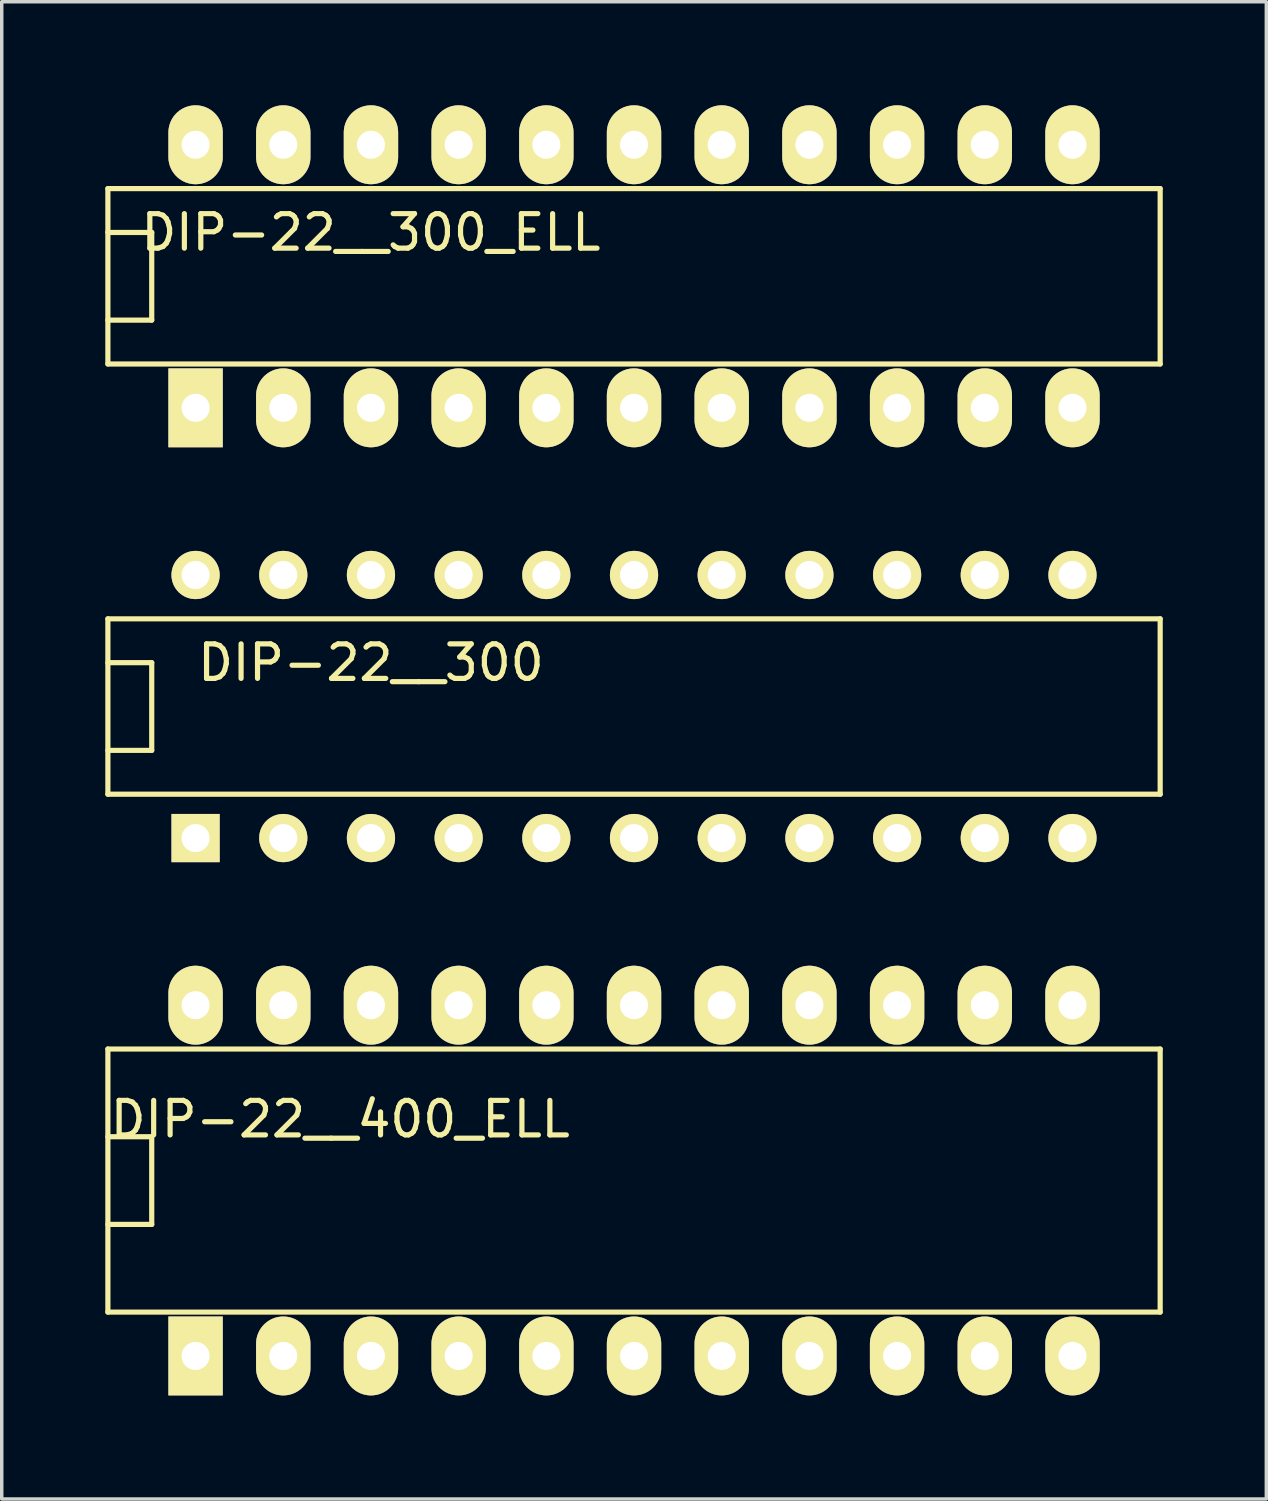
<source format=kicad_pcb>
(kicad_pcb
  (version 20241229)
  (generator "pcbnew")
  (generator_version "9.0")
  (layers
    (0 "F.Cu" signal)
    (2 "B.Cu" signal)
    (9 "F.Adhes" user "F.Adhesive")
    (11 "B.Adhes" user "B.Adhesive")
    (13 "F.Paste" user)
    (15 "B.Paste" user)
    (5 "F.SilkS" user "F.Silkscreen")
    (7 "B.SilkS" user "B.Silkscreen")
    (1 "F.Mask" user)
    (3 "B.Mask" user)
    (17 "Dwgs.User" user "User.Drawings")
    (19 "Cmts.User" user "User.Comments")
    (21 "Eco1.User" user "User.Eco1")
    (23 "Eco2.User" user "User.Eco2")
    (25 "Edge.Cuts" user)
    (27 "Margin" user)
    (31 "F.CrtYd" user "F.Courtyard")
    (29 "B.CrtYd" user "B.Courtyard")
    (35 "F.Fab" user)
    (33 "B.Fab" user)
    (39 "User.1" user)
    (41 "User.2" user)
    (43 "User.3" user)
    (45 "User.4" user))
  (footprint "DIP-22__300"
    (layer "F.Cu")
    (at 15.315 17.415)
    (property "Reference" "DIP-22__300" (at -7.62 -1.27 0) (layer "F.SilkS") (effects (font (size 1 1) (thickness 0.15))))
    (attr through_hole)
    (fp_line (start -15.24 -2.54) (end 15.24 -2.54) (stroke (width 0.15) (type solid)) (layer "F.SilkS"))
    (fp_line (start -15.24 -1.27) (end -13.97 -1.27) (stroke (width 0.15) (type solid)) (layer "F.SilkS"))
    (fp_line (start -15.24 2.54) (end -15.24 -2.54) (stroke (width 0.15) (type solid)) (layer "F.SilkS"))
    (fp_line (start -13.97 -1.27) (end -13.97 1.27) (stroke (width 0.15) (type solid)) (layer "F.SilkS"))
    (fp_line (start -13.97 1.27) (end -15.24 1.27) (stroke (width 0.15) (type solid)) (layer "F.SilkS"))
    (fp_line (start 15.24 -2.54) (end 15.24 2.54) (stroke (width 0.15) (type solid)) (layer "F.SilkS"))
    (fp_line (start 15.24 2.54) (end -15.24 2.54) (stroke (width 0.15) (type solid)) (layer "F.SilkS"))
    (pad "1" thru_hole rect (at -12.7 3.81) (size 1.397 1.397) (drill 0.813) (layers "*.Cu" "*.Mask" "F.SilkS"))
    (pad "2" thru_hole circle (at -10.16 3.81) (size 1.397 1.397) (drill 0.813) (layers "*.Cu" "*.Mask" "F.SilkS"))
    (pad "3" thru_hole circle (at -7.62 3.81) (size 1.397 1.397) (drill 0.813) (layers "*.Cu" "*.Mask" "F.SilkS"))
    (pad "4" thru_hole circle (at -5.08 3.81) (size 1.397 1.397) (drill 0.813) (layers "*.Cu" "*.Mask" "F.SilkS"))
    (pad "5" thru_hole circle (at -2.54 3.81) (size 1.397 1.397) (drill 0.813) (layers "*.Cu" "*.Mask" "F.SilkS"))
    (pad "6" thru_hole circle (at 0 3.81) (size 1.397 1.397) (drill 0.813) (layers "*.Cu" "*.Mask" "F.SilkS"))
    (pad "7" thru_hole circle (at 2.54 3.81) (size 1.397 1.397) (drill 0.813) (layers "*.Cu" "*.Mask" "F.SilkS"))
    (pad "8" thru_hole circle (at 5.08 3.81) (size 1.397 1.397) (drill 0.813) (layers "*.Cu" "*.Mask" "F.SilkS"))
    (pad "9" thru_hole circle (at 7.62 3.81) (size 1.397 1.397) (drill 0.813) (layers "*.Cu" "*.Mask" "F.SilkS"))
    (pad "10" thru_hole circle (at 10.16 3.81) (size 1.397 1.397) (drill 0.813) (layers "*.Cu" "*.Mask" "F.SilkS"))
    (pad "11" thru_hole circle (at 12.7 3.81) (size 1.397 1.397) (drill 0.813) (layers "*.Cu" "*.Mask" "F.SilkS"))
    (pad "12" thru_hole circle (at 12.7 -3.81) (size 1.397 1.397) (drill 0.813) (layers "*.Cu" "*.Mask" "F.SilkS"))
    (pad "13" thru_hole circle (at 10.16 -3.81) (size 1.397 1.397) (drill 0.813) (layers "*.Cu" "*.Mask" "F.SilkS"))
    (pad "14" thru_hole circle (at 7.62 -3.81) (size 1.397 1.397) (drill 0.813) (layers "*.Cu" "*.Mask" "F.SilkS"))
    (pad "15" thru_hole circle (at 5.08 -3.81) (size 1.397 1.397) (drill 0.813) (layers "*.Cu" "*.Mask" "F.SilkS"))
    (pad "16" thru_hole circle (at 2.54 -3.81) (size 1.397 1.397) (drill 0.813) (layers "*.Cu" "*.Mask" "F.SilkS"))
    (pad "17" thru_hole circle (at 0 -3.81) (size 1.397 1.397) (drill 0.813) (layers "*.Cu" "*.Mask" "F.SilkS"))
    (pad "18" thru_hole circle (at -2.54 -3.81) (size 1.397 1.397) (drill 0.813) (layers "*.Cu" "*.Mask" "F.SilkS"))
    (pad "19" thru_hole circle (at -5.08 -3.81) (size 1.397 1.397) (drill 0.813) (layers "*.Cu" "*.Mask" "F.SilkS"))
    (pad "20" thru_hole circle (at -7.62 -3.81) (size 1.397 1.397) (drill 0.813) (layers "*.Cu" "*.Mask" "F.SilkS"))
    (pad "21" thru_hole circle (at -10.16 -3.81) (size 1.397 1.397) (drill 0.813) (layers "*.Cu" "*.Mask" "F.SilkS"))
    (pad "22" thru_hole circle (at -12.7 -3.81) (size 1.397 1.397) (drill 0.813) (layers "*.Cu" "*.Mask" "F.SilkS")))
  (footprint "DIP-22__400_ELL"
    (layer "F.Cu")
    (at 15.315 31.146)
    (property "Reference" "DIP-22__400_ELL" (at -8.509 -1.778 0) (layer "F.SilkS") (effects (font (size 1 1) (thickness 0.15))))
    (attr through_hole)
    (fp_line (start -15.24 -3.81) (end 15.24 -3.81) (stroke (width 0.15) (type solid)) (layer "F.SilkS"))
    (fp_line (start -15.24 -1.27) (end -13.97 -1.27) (stroke (width 0.15) (type solid)) (layer "F.SilkS"))
    (fp_line (start -15.24 3.81) (end -15.24 -3.81) (stroke (width 0.15) (type solid)) (layer "F.SilkS"))
    (fp_line (start -13.97 -1.27) (end -13.97 1.27) (stroke (width 0.15) (type solid)) (layer "F.SilkS"))
    (fp_line (start -13.97 1.27) (end -15.24 1.27) (stroke (width 0.15) (type solid)) (layer "F.SilkS"))
    (fp_line (start 15.24 -3.81) (end 15.24 3.81) (stroke (width 0.15) (type solid)) (layer "F.SilkS"))
    (fp_line (start 15.24 3.81) (end -15.24 3.81) (stroke (width 0.15) (type solid)) (layer "F.SilkS"))
    (pad "1" thru_hole rect (at -12.7 5.08) (size 1.575 2.286) (drill 0.813) (layers "*.Cu" "*.Mask" "F.SilkS"))
    (pad "2" thru_hole oval (at -10.16 5.08) (size 1.575 2.286) (drill 0.813) (layers "*.Cu" "*.Mask" "F.SilkS"))
    (pad "3" thru_hole oval (at -7.62 5.08) (size 1.575 2.286) (drill 0.813) (layers "*.Cu" "*.Mask" "F.SilkS"))
    (pad "4" thru_hole oval (at -5.08 5.08) (size 1.575 2.286) (drill 0.813) (layers "*.Cu" "*.Mask" "F.SilkS"))
    (pad "5" thru_hole oval (at -2.54 5.08) (size 1.575 2.286) (drill 0.813) (layers "*.Cu" "*.Mask" "F.SilkS"))
    (pad "6" thru_hole oval (at 0 5.08) (size 1.575 2.286) (drill 0.813) (layers "*.Cu" "*.Mask" "F.SilkS"))
    (pad "7" thru_hole oval (at 2.54 5.08) (size 1.575 2.286) (drill 0.813) (layers "*.Cu" "*.Mask" "F.SilkS"))
    (pad "8" thru_hole oval (at 5.08 5.08) (size 1.575 2.286) (drill 0.813) (layers "*.Cu" "*.Mask" "F.SilkS"))
    (pad "9" thru_hole oval (at 7.62 5.08) (size 1.575 2.286) (drill 0.813) (layers "*.Cu" "*.Mask" "F.SilkS"))
    (pad "10" thru_hole oval (at 10.16 5.08) (size 1.575 2.286) (drill 0.813) (layers "*.Cu" "*.Mask" "F.SilkS"))
    (pad "11" thru_hole oval (at 12.7 5.08) (size 1.575 2.286) (drill 0.813) (layers "*.Cu" "*.Mask" "F.SilkS"))
    (pad "12" thru_hole oval (at 12.7 -5.08) (size 1.575 2.286) (drill 0.813) (layers "*.Cu" "*.Mask" "F.SilkS"))
    (pad "13" thru_hole oval (at 10.16 -5.08) (size 1.575 2.286) (drill 0.813) (layers "*.Cu" "*.Mask" "F.SilkS"))
    (pad "14" thru_hole oval (at 7.62 -5.08) (size 1.575 2.286) (drill 0.813) (layers "*.Cu" "*.Mask" "F.SilkS"))
    (pad "15" thru_hole oval (at 5.08 -5.08) (size 1.575 2.286) (drill 0.813) (layers "*.Cu" "*.Mask" "F.SilkS"))
    (pad "16" thru_hole oval (at 2.54 -5.08) (size 1.575 2.286) (drill 0.813) (layers "*.Cu" "*.Mask" "F.SilkS"))
    (pad "17" thru_hole oval (at 0 -5.08) (size 1.575 2.286) (drill 0.813) (layers "*.Cu" "*.Mask" "F.SilkS"))
    (pad "18" thru_hole oval (at -2.54 -5.08) (size 1.575 2.286) (drill 0.813) (layers "*.Cu" "*.Mask" "F.SilkS"))
    (pad "19" thru_hole oval (at -5.08 -5.08) (size 1.575 2.286) (drill 0.813) (layers "*.Cu" "*.Mask" "F.SilkS"))
    (pad "20" thru_hole oval (at -7.62 -5.08) (size 1.575 2.286) (drill 0.813) (layers "*.Cu" "*.Mask" "F.SilkS"))
    (pad "21" thru_hole oval (at -10.16 -5.08) (size 1.575 2.286) (drill 0.813) (layers "*.Cu" "*.Mask" "F.SilkS"))
    (pad "22" thru_hole oval (at -12.7 -5.08) (size 1.575 2.286) (drill 0.813) (layers "*.Cu" "*.Mask" "F.SilkS")))
  (footprint "DIP-22__300_ELL"
    (layer "F.Cu")
    (at 15.315 4.953)
    (property "Reference" "DIP-22__300_ELL" (at -7.62 -1.27 0) (layer "F.SilkS") (effects (font (size 1 1) (thickness 0.15))))
    (attr through_hole)
    (fp_line (start -15.24 -2.54) (end 15.24 -2.54) (stroke (width 0.15) (type solid)) (layer "F.SilkS"))
    (fp_line (start -15.24 -1.27) (end -13.97 -1.27) (stroke (width 0.15) (type solid)) (layer "F.SilkS"))
    (fp_line (start -15.24 2.54) (end -15.24 -2.54) (stroke (width 0.15) (type solid)) (layer "F.SilkS"))
    (fp_line (start -13.97 -1.27) (end -13.97 1.27) (stroke (width 0.15) (type solid)) (layer "F.SilkS"))
    (fp_line (start -13.97 1.27) (end -15.24 1.27) (stroke (width 0.15) (type solid)) (layer "F.SilkS"))
    (fp_line (start 15.24 -2.54) (end 15.24 2.54) (stroke (width 0.15) (type solid)) (layer "F.SilkS"))
    (fp_line (start 15.24 2.54) (end -15.24 2.54) (stroke (width 0.15) (type solid)) (layer "F.SilkS"))
    (pad "1" thru_hole rect (at -12.7 3.81) (size 1.575 2.286) (drill 0.813) (layers "*.Cu" "*.Mask" "F.SilkS"))
    (pad "2" thru_hole oval (at -10.16 3.81) (size 1.575 2.286) (drill 0.813) (layers "*.Cu" "*.Mask" "F.SilkS"))
    (pad "3" thru_hole oval (at -7.62 3.81) (size 1.575 2.286) (drill 0.813) (layers "*.Cu" "*.Mask" "F.SilkS"))
    (pad "4" thru_hole oval (at -5.08 3.81) (size 1.575 2.286) (drill 0.813) (layers "*.Cu" "*.Mask" "F.SilkS"))
    (pad "5" thru_hole oval (at -2.54 3.81) (size 1.575 2.286) (drill 0.813) (layers "*.Cu" "*.Mask" "F.SilkS"))
    (pad "6" thru_hole oval (at 0 3.81) (size 1.575 2.286) (drill 0.813) (layers "*.Cu" "*.Mask" "F.SilkS"))
    (pad "7" thru_hole oval (at 2.54 3.81) (size 1.575 2.286) (drill 0.813) (layers "*.Cu" "*.Mask" "F.SilkS"))
    (pad "8" thru_hole oval (at 5.08 3.81) (size 1.575 2.286) (drill 0.813) (layers "*.Cu" "*.Mask" "F.SilkS"))
    (pad "9" thru_hole oval (at 7.62 3.81) (size 1.575 2.286) (drill 0.813) (layers "*.Cu" "*.Mask" "F.SilkS"))
    (pad "10" thru_hole oval (at 10.16 3.81) (size 1.575 2.286) (drill 0.813) (layers "*.Cu" "*.Mask" "F.SilkS"))
    (pad "11" thru_hole oval (at 12.7 3.81) (size 1.575 2.286) (drill 0.813) (layers "*.Cu" "*.Mask" "F.SilkS"))
    (pad "12" thru_hole oval (at 12.7 -3.81) (size 1.575 2.286) (drill 0.813) (layers "*.Cu" "*.Mask" "F.SilkS"))
    (pad "13" thru_hole oval (at 10.16 -3.81) (size 1.575 2.286) (drill 0.813) (layers "*.Cu" "*.Mask" "F.SilkS"))
    (pad "14" thru_hole oval (at 7.62 -3.81) (size 1.575 2.286) (drill 0.813) (layers "*.Cu" "*.Mask" "F.SilkS"))
    (pad "15" thru_hole oval (at 5.08 -3.81) (size 1.575 2.286) (drill 0.813) (layers "*.Cu" "*.Mask" "F.SilkS"))
    (pad "16" thru_hole oval (at 2.54 -3.81) (size 1.575 2.286) (drill 0.813) (layers "*.Cu" "*.Mask" "F.SilkS"))
    (pad "17" thru_hole oval (at 0 -3.81) (size 1.575 2.286) (drill 0.813) (layers "*.Cu" "*.Mask" "F.SilkS"))
    (pad "18" thru_hole oval (at -2.54 -3.81) (size 1.575 2.286) (drill 0.813) (layers "*.Cu" "*.Mask" "F.SilkS"))
    (pad "19" thru_hole oval (at -5.08 -3.81) (size 1.575 2.286) (drill 0.813) (layers "*.Cu" "*.Mask" "F.SilkS"))
    (pad "20" thru_hole oval (at -7.62 -3.81) (size 1.575 2.286) (drill 0.813) (layers "*.Cu" "*.Mask" "F.SilkS"))
    (pad "21" thru_hole oval (at -10.16 -3.81) (size 1.575 2.286) (drill 0.813) (layers "*.Cu" "*.Mask" "F.SilkS"))
    (pad "22" thru_hole oval (at -12.7 -3.81) (size 1.575 2.286) (drill 0.813) (layers "*.Cu" "*.Mask" "F.SilkS")))
  (gr_rect
    (start -3 -3)
    (end 33.63 40.369)
    (stroke (width 0.1) (type default))
    (fill no)
    (layer "Edge.Cuts")))
</source>
